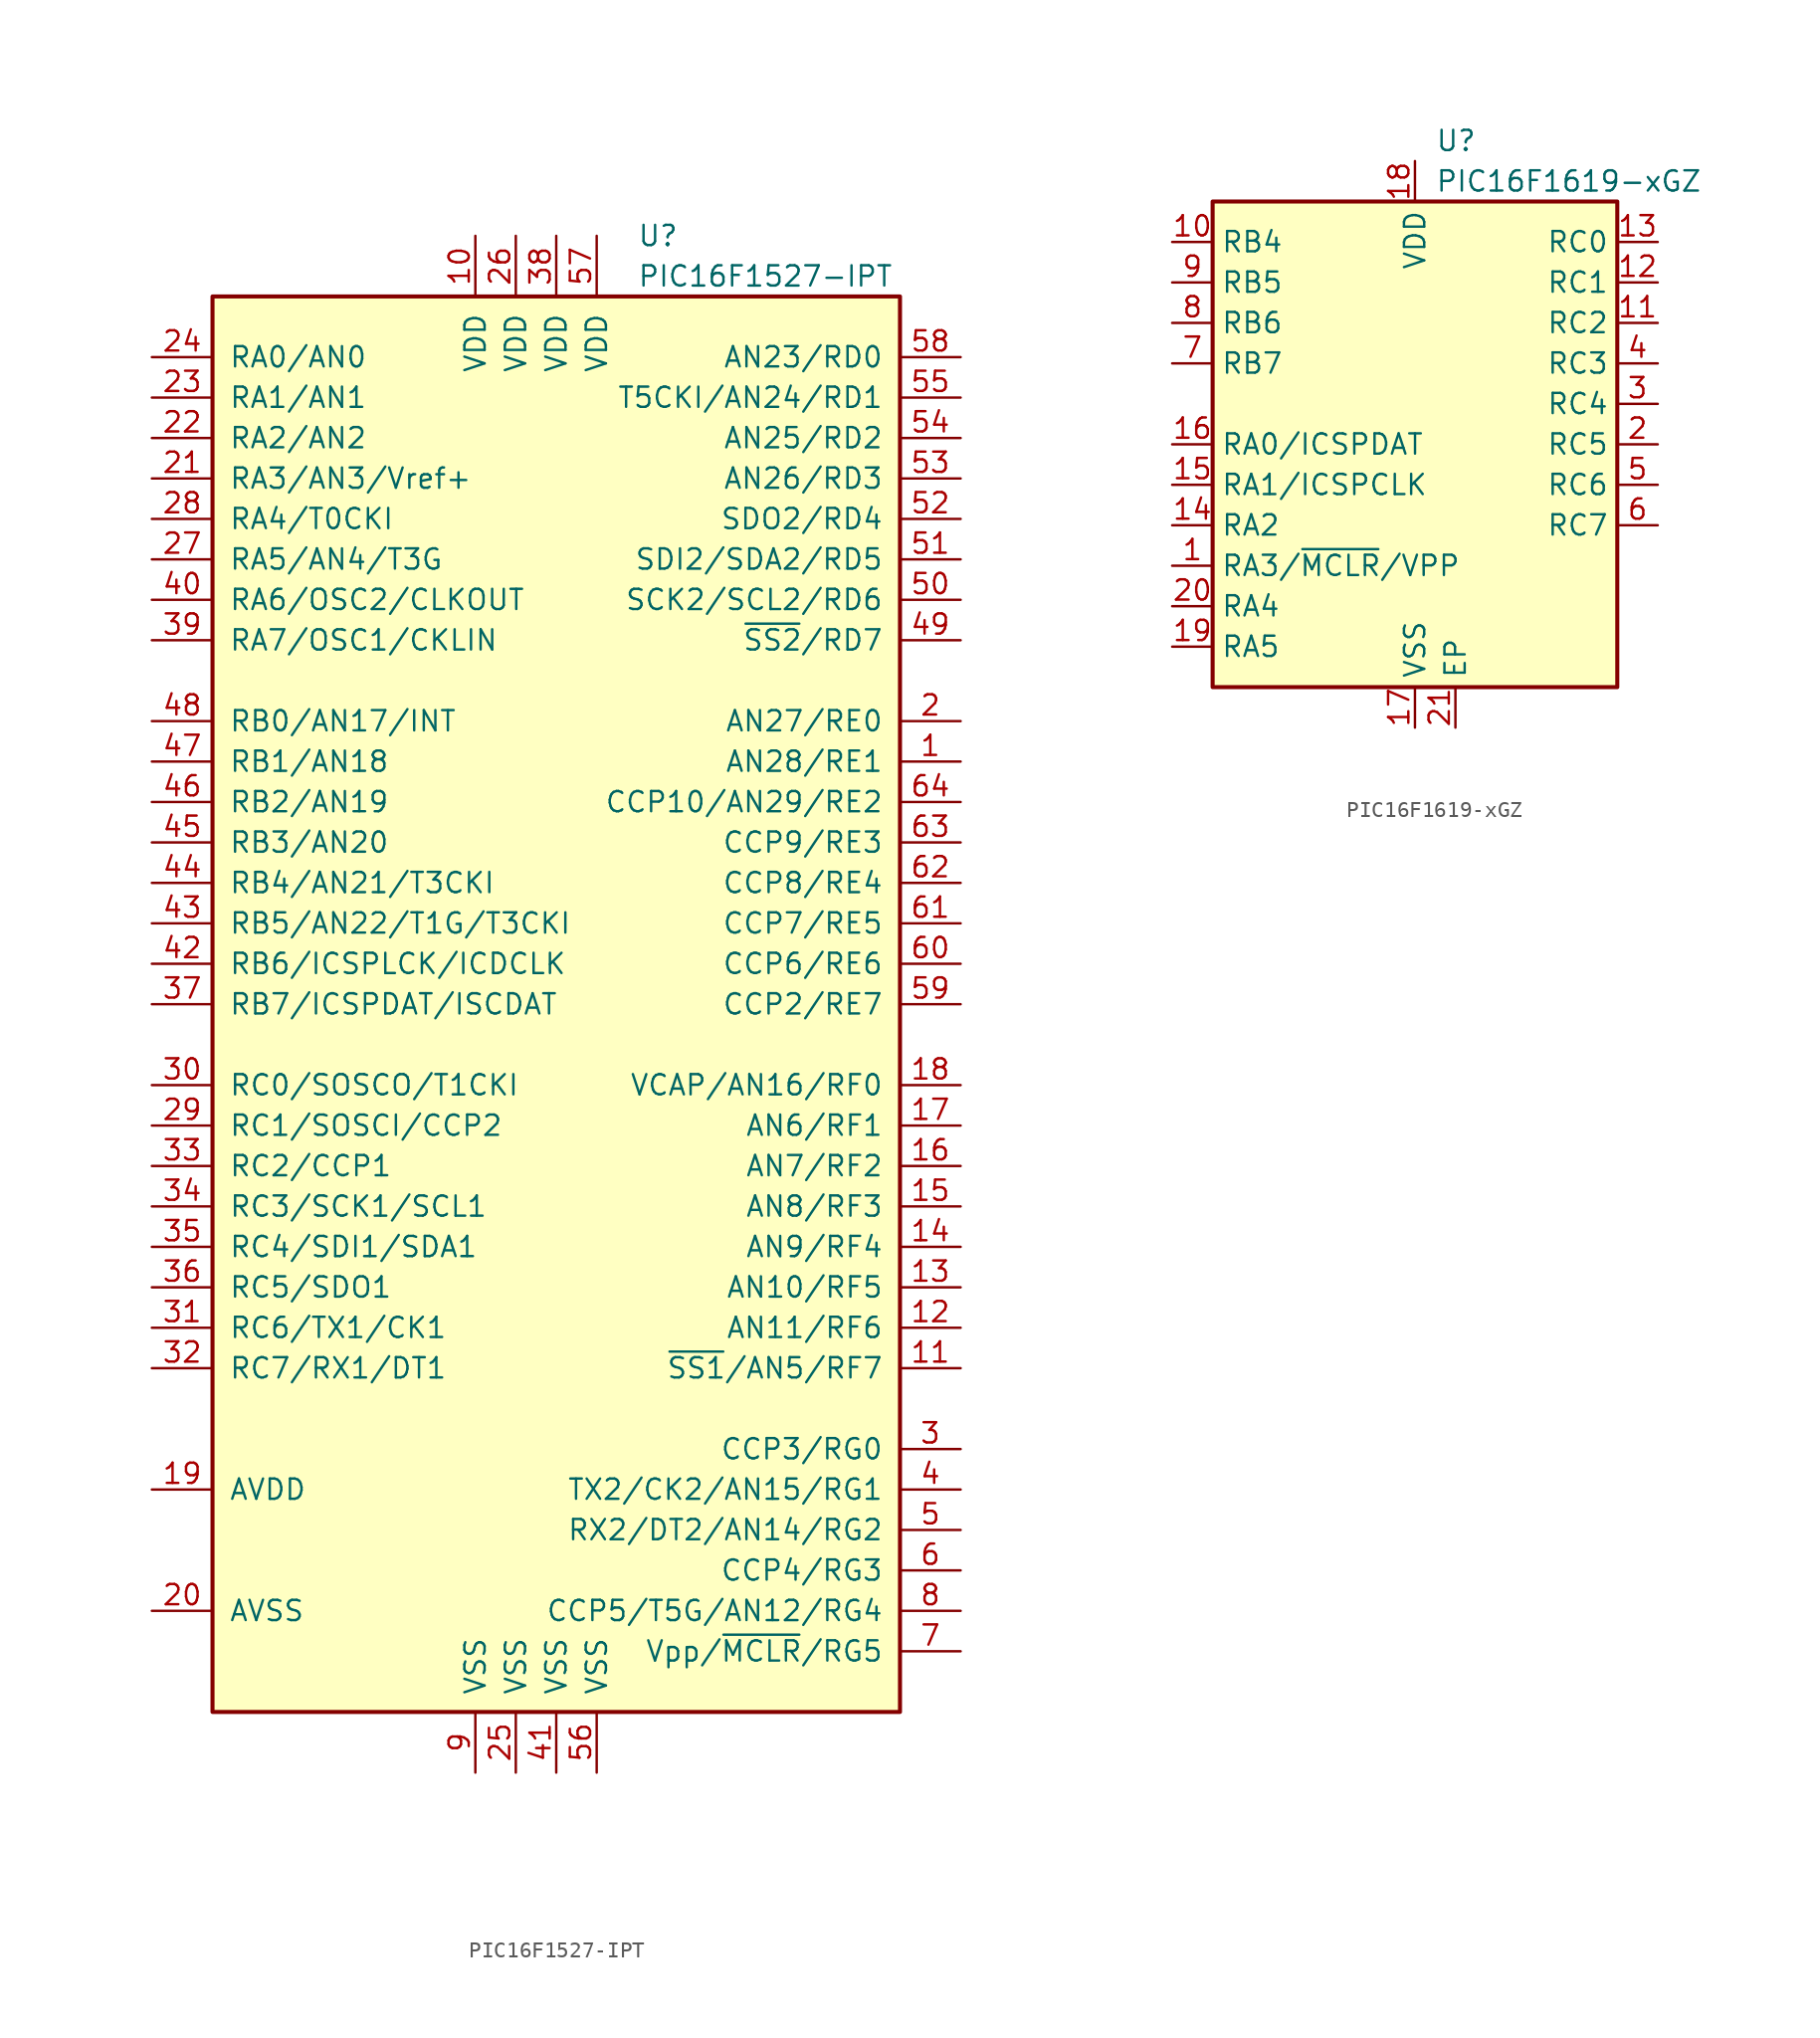
<source format=kicad_sym>
(kicad_symbol_lib
  (version 20241209)
  (generator "kicad_symbol_editor")
  (generator_version "9.0")
  (symbol "PIC16F1527-IPT"
    (pin_names
      (offset 1.016))
    (property "Reference" "U"
      (at 5.08 48.26 0)
      (effects (font (size 1.27 1.27)) (justify left)))
    (property "Value" "PIC16F1527-IPT"
      (at 5.08 45.72 0)
      (effects (font (size 1.27 1.27)) (justify left)))
    (symbol "PIC16F1527-IPT_0_1"
      (rectangle (start -21.59 44.45) (end 21.59 -44.45) (stroke (width 0.254) (type default)) (fill (type background))))
    (symbol "PIC16F1527-IPT_1_1"
      (pin bidirectional line (at -25.4 40.64 0) (length 3.81) (name "RA0/AN0" (effects (font (size 1.27 1.27)))) (number "24" (effects (font (size 1.27 1.27)))))
      (pin bidirectional line (at -25.4 38.1 0) (length 3.81) (name "RA1/AN1" (effects (font (size 1.27 1.27)))) (number "23" (effects (font (size 1.27 1.27)))))
      (pin bidirectional line (at -25.4 35.56 0) (length 3.81) (name "RA2/AN2" (effects (font (size 1.27 1.27)))) (number "22" (effects (font (size 1.27 1.27)))))
      (pin bidirectional line (at -25.4 33.02 0) (length 3.81) (name "RA3/AN3/Vref+" (effects (font (size 1.27 1.27)))) (number "21" (effects (font (size 1.27 1.27)))))
      (pin bidirectional line (at -25.4 30.48 0) (length 3.81) (name "RA4/T0CKI" (effects (font (size 1.27 1.27)))) (number "28" (effects (font (size 1.27 1.27)))))
      (pin bidirectional line (at -25.4 27.94 0) (length 3.81) (name "RA5/AN4/T3G" (effects (font (size 1.27 1.27)))) (number "27" (effects (font (size 1.27 1.27)))))
      (pin bidirectional line (at -25.4 25.4 0) (length 3.81) (name "RA6/OSC2/CLKOUT" (effects (font (size 1.27 1.27)))) (number "40" (effects (font (size 1.27 1.27)))))
      (pin bidirectional line (at -25.4 22.86 0) (length 3.81) (name "RA7/OSC1/CKLIN" (effects (font (size 1.27 1.27)))) (number "39" (effects (font (size 1.27 1.27)))))
      (pin bidirectional line (at -25.4 17.78 0) (length 3.81) (name "RB0/AN17/INT" (effects (font (size 1.27 1.27)))) (number "48" (effects (font (size 1.27 1.27)))))
      (pin bidirectional line (at -25.4 15.24 0) (length 3.81) (name "RB1/AN18" (effects (font (size 1.27 1.27)))) (number "47" (effects (font (size 1.27 1.27)))))
      (pin bidirectional line (at -25.4 12.7 0) (length 3.81) (name "RB2/AN19" (effects (font (size 1.27 1.27)))) (number "46" (effects (font (size 1.27 1.27)))))
      (pin bidirectional line (at -25.4 10.16 0) (length 3.81) (name "RB3/AN20" (effects (font (size 1.27 1.27)))) (number "45" (effects (font (size 1.27 1.27)))))
      (pin bidirectional line (at -25.4 7.62 0) (length 3.81) (name "RB4/AN21/T3CKI" (effects (font (size 1.27 1.27)))) (number "44" (effects (font (size 1.27 1.27)))))
      (pin bidirectional line (at -25.4 5.08 0) (length 3.81) (name "RB5/AN22/T1G/T3CKI" (effects (font (size 1.27 1.27)))) (number "43" (effects (font (size 1.27 1.27)))))
      (pin bidirectional line (at -25.4 2.54 0) (length 3.81) (name "RB6/ICSPLCK/ICDCLK" (effects (font (size 1.27 1.27)))) (number "42" (effects (font (size 1.27 1.27)))))
      (pin bidirectional line (at -25.4 0 0) (length 3.81) (name "RB7/ICSPDAT/ISCDAT" (effects (font (size 1.27 1.27)))) (number "37" (effects (font (size 1.27 1.27)))))
      (pin bidirectional line (at -25.4 -5.08 0) (length 3.81) (name "RC0/SOSCO/T1CKI" (effects (font (size 1.27 1.27)))) (number "30" (effects (font (size 1.27 1.27)))))
      (pin bidirectional line (at -25.4 -7.62 0) (length 3.81) (name "RC1/SOSCI/CCP2" (effects (font (size 1.27 1.27)))) (number "29" (effects (font (size 1.27 1.27)))))
      (pin bidirectional line (at -25.4 -10.16 0) (length 3.81) (name "RC2/CCP1" (effects (font (size 1.27 1.27)))) (number "33" (effects (font (size 1.27 1.27)))))
      (pin bidirectional line (at -25.4 -12.7 0) (length 3.81) (name "RC3/SCK1/SCL1" (effects (font (size 1.27 1.27)))) (number "34" (effects (font (size 1.27 1.27)))))
      (pin bidirectional line (at -25.4 -15.24 0) (length 3.81) (name "RC4/SDI1/SDA1" (effects (font (size 1.27 1.27)))) (number "35" (effects (font (size 1.27 1.27)))))
      (pin bidirectional line (at -25.4 -17.78 0) (length 3.81) (name "RC5/SDO1" (effects (font (size 1.27 1.27)))) (number "36" (effects (font (size 1.27 1.27)))))
      (pin bidirectional line (at -25.4 -20.32 0) (length 3.81) (name "RC6/TX1/CK1" (effects (font (size 1.27 1.27)))) (number "31" (effects (font (size 1.27 1.27)))))
      (pin bidirectional line (at -25.4 -22.86 0) (length 3.81) (name "RC7/RX1/DT1" (effects (font (size 1.27 1.27)))) (number "32" (effects (font (size 1.27 1.27)))))
      (pin power_in line (at -25.4 -30.48 0) (length 3.81) (name "AVDD" (effects (font (size 1.27 1.27)))) (number "19" (effects (font (size 1.27 1.27)))))
      (pin power_in line (at -25.4 -38.1 0) (length 3.81) (name "AVSS" (effects (font (size 1.27 1.27)))) (number "20" (effects (font (size 1.27 1.27)))))
      (pin power_in line (at -5.08 48.26 270) (length 3.81) (name "VDD" (effects (font (size 1.27 1.27)))) (number "10" (effects (font (size 1.27 1.27)))))
      (pin power_in line (at -5.08 -48.26 90) (length 3.81) (name "VSS" (effects (font (size 1.27 1.27)))) (number "9" (effects (font (size 1.27 1.27)))))
      (pin power_in line (at -2.54 48.26 270) (length 3.81) (name "VDD" (effects (font (size 1.27 1.27)))) (number "26" (effects (font (size 1.27 1.27)))))
      (pin power_in line (at -2.54 -48.26 90) (length 3.81) (name "VSS" (effects (font (size 1.27 1.27)))) (number "25" (effects (font (size 1.27 1.27)))))
      (pin power_in line (at 0 48.26 270) (length 3.81) (name "VDD" (effects (font (size 1.27 1.27)))) (number "38" (effects (font (size 1.27 1.27)))))
      (pin power_in line (at 0 -48.26 90) (length 3.81) (name "VSS" (effects (font (size 1.27 1.27)))) (number "41" (effects (font (size 1.27 1.27)))))
      (pin power_in line (at 2.54 48.26 270) (length 3.81) (name "VDD" (effects (font (size 1.27 1.27)))) (number "57" (effects (font (size 1.27 1.27)))))
      (pin power_in line (at 2.54 -48.26 90) (length 3.81) (name "VSS" (effects (font (size 1.27 1.27)))) (number "56" (effects (font (size 1.27 1.27)))))
      (pin bidirectional line (at 25.4 40.64 180) (length 3.81) (name "AN23/RD0" (effects (font (size 1.27 1.27)))) (number "58" (effects (font (size 1.27 1.27)))))
      (pin bidirectional line (at 25.4 38.1 180) (length 3.81) (name "T5CKI/AN24/RD1" (effects (font (size 1.27 1.27)))) (number "55" (effects (font (size 1.27 1.27)))))
      (pin bidirectional line (at 25.4 35.56 180) (length 3.81) (name "AN25/RD2" (effects (font (size 1.27 1.27)))) (number "54" (effects (font (size 1.27 1.27)))))
      (pin bidirectional line (at 25.4 33.02 180) (length 3.81) (name "AN26/RD3" (effects (font (size 1.27 1.27)))) (number "53" (effects (font (size 1.27 1.27)))))
      (pin bidirectional line (at 25.4 30.48 180) (length 3.81) (name "SDO2/RD4" (effects (font (size 1.27 1.27)))) (number "52" (effects (font (size 1.27 1.27)))))
      (pin bidirectional line (at 25.4 27.94 180) (length 3.81) (name "SDI2/SDA2/RD5" (effects (font (size 1.27 1.27)))) (number "51" (effects (font (size 1.27 1.27)))))
      (pin bidirectional line (at 25.4 25.4 180) (length 3.81) (name "SCK2/SCL2/RD6" (effects (font (size 1.27 1.27)))) (number "50" (effects (font (size 1.27 1.27)))))
      (pin bidirectional line (at 25.4 22.86 180) (length 3.81) (name "~{SS2}/RD7" (effects (font (size 1.27 1.27)))) (number "49" (effects (font (size 1.27 1.27)))))
      (pin bidirectional line (at 25.4 17.78 180) (length 3.81) (name "AN27/RE0" (effects (font (size 1.27 1.27)))) (number "2" (effects (font (size 1.27 1.27)))))
      (pin bidirectional line (at 25.4 15.24 180) (length 3.81) (name "AN28/RE1" (effects (font (size 1.27 1.27)))) (number "1" (effects (font (size 1.27 1.27)))))
      (pin bidirectional line (at 25.4 12.7 180) (length 3.81) (name "CCP10/AN29/RE2" (effects (font (size 1.27 1.27)))) (number "64" (effects (font (size 1.27 1.27)))))
      (pin bidirectional line (at 25.4 10.16 180) (length 3.81) (name "CCP9/RE3" (effects (font (size 1.27 1.27)))) (number "63" (effects (font (size 1.27 1.27)))))
      (pin bidirectional line (at 25.4 7.62 180) (length 3.81) (name "CCP8/RE4" (effects (font (size 1.27 1.27)))) (number "62" (effects (font (size 1.27 1.27)))))
      (pin bidirectional line (at 25.4 5.08 180) (length 3.81) (name "CCP7/RE5" (effects (font (size 1.27 1.27)))) (number "61" (effects (font (size 1.27 1.27)))))
      (pin bidirectional line (at 25.4 2.54 180) (length 3.81) (name "CCP6/RE6" (effects (font (size 1.27 1.27)))) (number "60" (effects (font (size 1.27 1.27)))))
      (pin bidirectional line (at 25.4 0 180) (length 3.81) (name "CCP2/RE7" (effects (font (size 1.27 1.27)))) (number "59" (effects (font (size 1.27 1.27)))))
      (pin bidirectional line (at 25.4 -5.08 180) (length 3.81) (name "VCAP/AN16/RF0" (effects (font (size 1.27 1.27)))) (number "18" (effects (font (size 1.27 1.27)))))
      (pin bidirectional line (at 25.4 -7.62 180) (length 3.81) (name "AN6/RF1" (effects (font (size 1.27 1.27)))) (number "17" (effects (font (size 1.27 1.27)))))
      (pin bidirectional line (at 25.4 -10.16 180) (length 3.81) (name "AN7/RF2" (effects (font (size 1.27 1.27)))) (number "16" (effects (font (size 1.27 1.27)))))
      (pin bidirectional line (at 25.4 -12.7 180) (length 3.81) (name "AN8/RF3" (effects (font (size 1.27 1.27)))) (number "15" (effects (font (size 1.27 1.27)))))
      (pin bidirectional line (at 25.4 -15.24 180) (length 3.81) (name "AN9/RF4" (effects (font (size 1.27 1.27)))) (number "14" (effects (font (size 1.27 1.27)))))
      (pin bidirectional line (at 25.4 -17.78 180) (length 3.81) (name "AN10/RF5" (effects (font (size 1.27 1.27)))) (number "13" (effects (font (size 1.27 1.27)))))
      (pin bidirectional line (at 25.4 -20.32 180) (length 3.81) (name "AN11/RF6" (effects (font (size 1.27 1.27)))) (number "12" (effects (font (size 1.27 1.27)))))
      (pin bidirectional line (at 25.4 -22.86 180) (length 3.81) (name "~{SS1}/AN5/RF7" (effects (font (size 1.27 1.27)))) (number "11" (effects (font (size 1.27 1.27)))))
      (pin bidirectional line (at 25.4 -27.94 180) (length 3.81) (name "CCP3/RG0" (effects (font (size 1.27 1.27)))) (number "3" (effects (font (size 1.27 1.27)))))
      (pin bidirectional line (at 25.4 -30.48 180) (length 3.81) (name "TX2/CK2/AN15/RG1" (effects (font (size 1.27 1.27)))) (number "4" (effects (font (size 1.27 1.27)))))
      (pin bidirectional line (at 25.4 -33.02 180) (length 3.81) (name "RX2/DT2/AN14/RG2" (effects (font (size 1.27 1.27)))) (number "5" (effects (font (size 1.27 1.27)))))
      (pin bidirectional line (at 25.4 -35.56 180) (length 3.81) (name "CCP4/RG3" (effects (font (size 1.27 1.27)))) (number "6" (effects (font (size 1.27 1.27)))))
      (pin bidirectional line (at 25.4 -38.1 180) (length 3.81) (name "CCP5/T5G/AN12/RG4" (effects (font (size 1.27 1.27)))) (number "8" (effects (font (size 1.27 1.27)))))
      (pin input line (at 25.4 -40.64 180) (length 3.81) (name "Vpp/~{MCLR}/RG5" (effects (font (size 1.27 1.27)))) (number "7" (effects (font (size 1.27 1.27)))))))
  (symbol "PIC16F1619-xGZ"
    (property "Reference" "U"
      (at 1.27 19.05 0)
      (effects (font (size 1.27 1.27)) (justify left)))
    (property "Value" "PIC16F1619-xGZ"
      (at 1.27 16.51 0)
      (effects (font (size 1.27 1.27)) (justify left)))
    (symbol "PIC16F1619-xGZ_0_0"
      (pin passive line (at 2.54 -17.78 90) (length 2.54) (name "EP" (effects (font (size 1.27 1.27)))) (number "21" (effects (font (size 1.27 1.27))))))
    (symbol "PIC16F1619-xGZ_0_1"
      (rectangle (start -12.7 15.24) (end 12.7 -15.24) (stroke (width 0.254) (type default)) (fill (type background))))
    (symbol "PIC16F1619-xGZ_1_1"
      (pin bidirectional line (at -15.24 12.7 0) (length 2.54) (name "RB4" (effects (font (size 1.27 1.27)))) (number "10" (effects (font (size 1.27 1.27)))))
      (pin bidirectional line (at -15.24 10.16 0) (length 2.54) (name "RB5" (effects (font (size 1.27 1.27)))) (number "9" (effects (font (size 1.27 1.27)))))
      (pin bidirectional line (at -15.24 7.62 0) (length 2.54) (name "RB6" (effects (font (size 1.27 1.27)))) (number "8" (effects (font (size 1.27 1.27)))))
      (pin bidirectional line (at -15.24 5.08 0) (length 2.54) (name "RB7" (effects (font (size 1.27 1.27)))) (number "7" (effects (font (size 1.27 1.27)))))
      (pin bidirectional line (at -15.24 0 0) (length 2.54) (name "RA0/ICSPDAT" (effects (font (size 1.27 1.27)))) (number "16" (effects (font (size 1.27 1.27)))))
      (pin bidirectional line (at -15.24 -2.54 0) (length 2.54) (name "RA1/ICSPCLK" (effects (font (size 1.27 1.27)))) (number "15" (effects (font (size 1.27 1.27)))))
      (pin bidirectional line (at -15.24 -5.08 0) (length 2.54) (name "RA2" (effects (font (size 1.27 1.27)))) (number "14" (effects (font (size 1.27 1.27)))))
      (pin bidirectional line (at -15.24 -7.62 0) (length 2.54) (name "RA3/~{MCLR}/VPP" (effects (font (size 1.27 1.27)))) (number "1" (effects (font (size 1.27 1.27)))))
      (pin bidirectional line (at -15.24 -10.16 0) (length 2.54) (name "RA4" (effects (font (size 1.27 1.27)))) (number "20" (effects (font (size 1.27 1.27)))))
      (pin bidirectional line (at -15.24 -12.7 0) (length 2.54) (name "RA5" (effects (font (size 1.27 1.27)))) (number "19" (effects (font (size 1.27 1.27)))))
      (pin power_in line (at 0 17.78 270) (length 2.54) (name "VDD" (effects (font (size 1.27 1.27)))) (number "18" (effects (font (size 1.27 1.27)))))
      (pin power_in line (at 0 -17.78 90) (length 2.54) (name "VSS" (effects (font (size 1.27 1.27)))) (number "17" (effects (font (size 1.27 1.27)))))
      (pin bidirectional line (at 15.24 12.7 180) (length 2.54) (name "RC0" (effects (font (size 1.27 1.27)))) (number "13" (effects (font (size 1.27 1.27)))))
      (pin bidirectional line (at 15.24 10.16 180) (length 2.54) (name "RC1" (effects (font (size 1.27 1.27)))) (number "12" (effects (font (size 1.27 1.27)))))
      (pin bidirectional line (at 15.24 7.62 180) (length 2.54) (name "RC2" (effects (font (size 1.27 1.27)))) (number "11" (effects (font (size 1.27 1.27)))))
      (pin bidirectional line (at 15.24 5.08 180) (length 2.54) (name "RC3" (effects (font (size 1.27 1.27)))) (number "4" (effects (font (size 1.27 1.27)))))
      (pin bidirectional line (at 15.24 2.54 180) (length 2.54) (name "RC4" (effects (font (size 1.27 1.27)))) (number "3" (effects (font (size 1.27 1.27)))))
      (pin bidirectional line (at 15.24 0 180) (length 2.54) (name "RC5" (effects (font (size 1.27 1.27)))) (number "2" (effects (font (size 1.27 1.27)))))
      (pin bidirectional line (at 15.24 -2.54 180) (length 2.54) (name "RC6" (effects (font (size 1.27 1.27)))) (number "5" (effects (font (size 1.27 1.27)))))
      (pin bidirectional line (at 15.24 -5.08 180) (length 2.54) (name "RC7" (effects (font (size 1.27 1.27)))) (number "6" (effects (font (size 1.27 1.27))))))))
</source>
